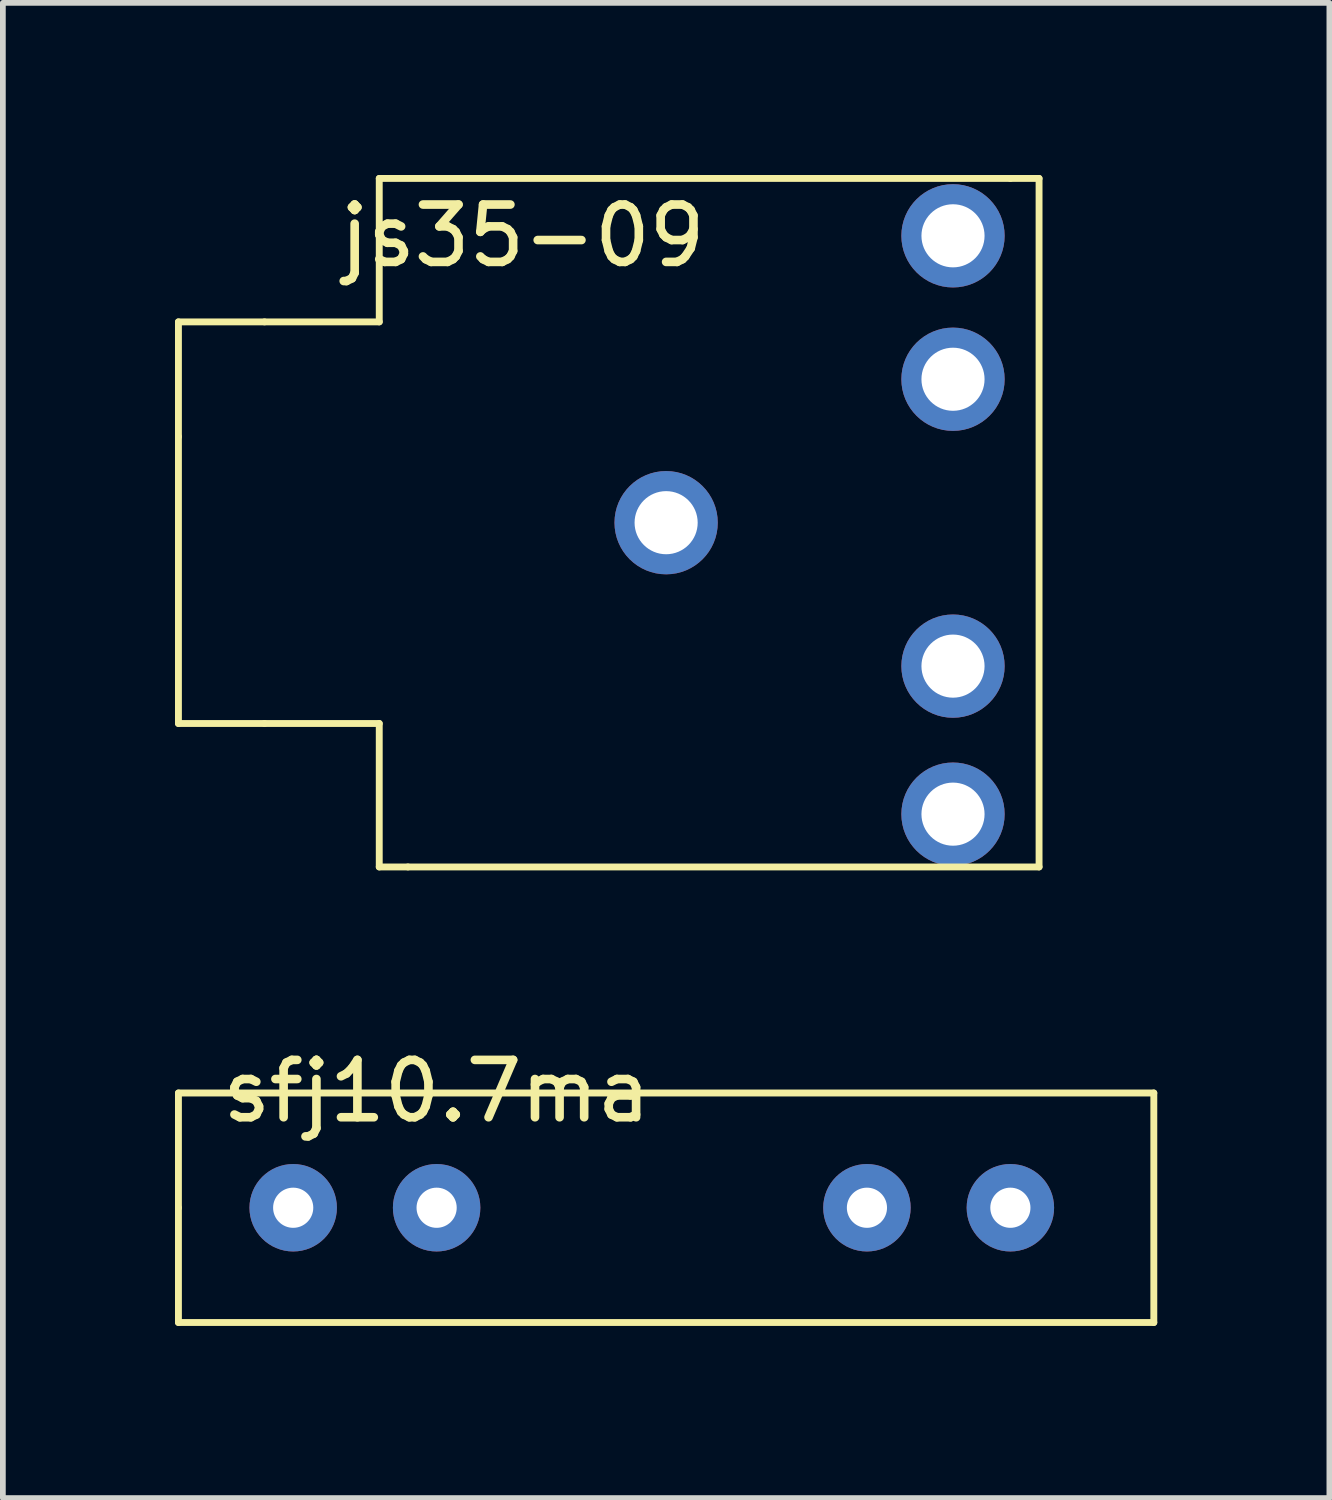
<source format=kicad_pcb>
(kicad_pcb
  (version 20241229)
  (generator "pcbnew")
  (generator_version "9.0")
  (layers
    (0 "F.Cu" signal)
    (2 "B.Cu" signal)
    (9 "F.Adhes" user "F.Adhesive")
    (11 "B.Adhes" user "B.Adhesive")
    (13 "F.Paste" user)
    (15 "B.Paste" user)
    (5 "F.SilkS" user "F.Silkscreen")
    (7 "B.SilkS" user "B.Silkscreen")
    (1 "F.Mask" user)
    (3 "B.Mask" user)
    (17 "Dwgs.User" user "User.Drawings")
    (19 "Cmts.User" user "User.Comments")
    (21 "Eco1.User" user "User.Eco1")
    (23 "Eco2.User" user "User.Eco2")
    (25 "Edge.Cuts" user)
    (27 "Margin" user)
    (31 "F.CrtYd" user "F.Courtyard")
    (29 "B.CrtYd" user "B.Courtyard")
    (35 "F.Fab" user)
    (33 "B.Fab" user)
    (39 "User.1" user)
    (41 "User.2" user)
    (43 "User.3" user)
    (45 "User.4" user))
  (footprint "js35-09"
    (layer "F.Cu")
    (at 8.56 6.06)
    (property "Reference" "js35-09" (at -2.5 -5 0) (layer "F.SilkS") (effects (font (size 1 1) (thickness 0.15))))
    (attr through_hole)
    (fp_line (start -8.5 -3.5) (end -7 -3.5) (stroke (width 0.12) (type solid)) (layer "F.SilkS"))
    (fp_line (start -8.5 -1.5) (end -8.5 -3.5) (stroke (width 0.12) (type solid)) (layer "F.SilkS"))
    (fp_line (start -8.5 3.5) (end -8.5 -1.5) (stroke (width 0.12) (type solid)) (layer "F.SilkS"))
    (fp_line (start -7 -3.5) (end -5 -3.5) (stroke (width 0.12) (type solid)) (layer "F.SilkS"))
    (fp_line (start -7 3.5) (end -8.5 3.5) (stroke (width 0.12) (type solid)) (layer "F.SilkS"))
    (fp_line (start -5 -6) (end 6 -6) (stroke (width 0.12) (type solid)) (layer "F.SilkS"))
    (fp_line (start -5 -3.5) (end -5 -6) (stroke (width 0.12) (type solid)) (layer "F.SilkS"))
    (fp_line (start -5 3.5) (end -7 3.5) (stroke (width 0.12) (type solid)) (layer "F.SilkS"))
    (fp_line (start -5 6) (end -5 3.5) (stroke (width 0.12) (type solid)) (layer "F.SilkS"))
    (fp_line (start -5 6) (end -4.5 6) (stroke (width 0.12) (type solid)) (layer "F.SilkS"))
    (fp_line (start 6 -6) (end 6.5 -6) (stroke (width 0.12) (type solid)) (layer "F.SilkS"))
    (fp_line (start 6.5 -6) (end 6.5 6) (stroke (width 0.12) (type solid)) (layer "F.SilkS"))
    (fp_line (start 6.5 6) (end -4.5 6) (stroke (width 0.12) (type solid)) (layer "F.SilkS"))
    (pad "1" thru_hole circle (at 5 -5) (size 1.8 1.8) (drill 1.1) (layers "*.Cu" "*.Mask"))
    (pad "3" thru_hole circle (at 5 2.5 90) (size 1.8 1.8) (drill 1.1) (layers "*.Cu" "*.Mask"))
    (pad "4" thru_hole circle (at 5 -2.5) (size 1.8 1.8) (drill 1.1) (layers "*.Cu" "*.Mask"))
    (pad "S" thru_hole circle (at 0 0) (size 1.8 1.8) (drill 1.1) (layers "*.Cu" "*.Mask"))
    (pad "T" thru_hole circle (at 5 5.08) (size 1.8 1.8) (drill 1.1) (layers "*.Cu" "*.Mask")))
  (footprint "sfj10.7ma"
    (layer "F.Cu")
    (at 2.06 18)
    (property "Reference" "sfj10.7ma" (at 2.5 -2.032 0) (layer "F.SilkS") (effects (font (size 1 1) (thickness 0.15))))
    (attr through_hole)
    (fp_line (start -2 -2) (end 15 -2) (stroke (width 0.12) (type solid)) (layer "F.SilkS"))
    (fp_line (start -2 0) (end -2 -2) (stroke (width 0.12) (type solid)) (layer "F.SilkS"))
    (fp_line (start -2 2) (end -2 0) (stroke (width 0.12) (type solid)) (layer "F.SilkS"))
    (fp_line (start 15 -2) (end 15 2) (stroke (width 0.12) (type solid)) (layer "F.SilkS"))
    (fp_line (start 15 2) (end -2 2) (stroke (width 0.12) (type solid)) (layer "F.SilkS"))
    (pad "1" thru_hole circle (at 0 0) (size 1.524 1.524) (drill 0.7) (layers "*.Cu" "*.Mask"))
    (pad "2" thru_hole circle (at 2.5 0) (size 1.524 1.524) (drill 0.7) (layers "*.Cu" "*.Mask"))
    (pad "3" thru_hole circle (at 10 0) (size 1.524 1.524) (drill 0.7) (layers "*.Cu" "*.Mask"))
    (pad "4" thru_hole circle (at 12.5 0) (size 1.524 1.524) (drill 0.7) (layers "*.Cu" "*.Mask")))
  (gr_rect
    (start -3 -3)
    (end 20.12 23.06)
    (stroke (width 0.1) (type default))
    (fill no)
    (layer "Edge.Cuts")))
</source>
